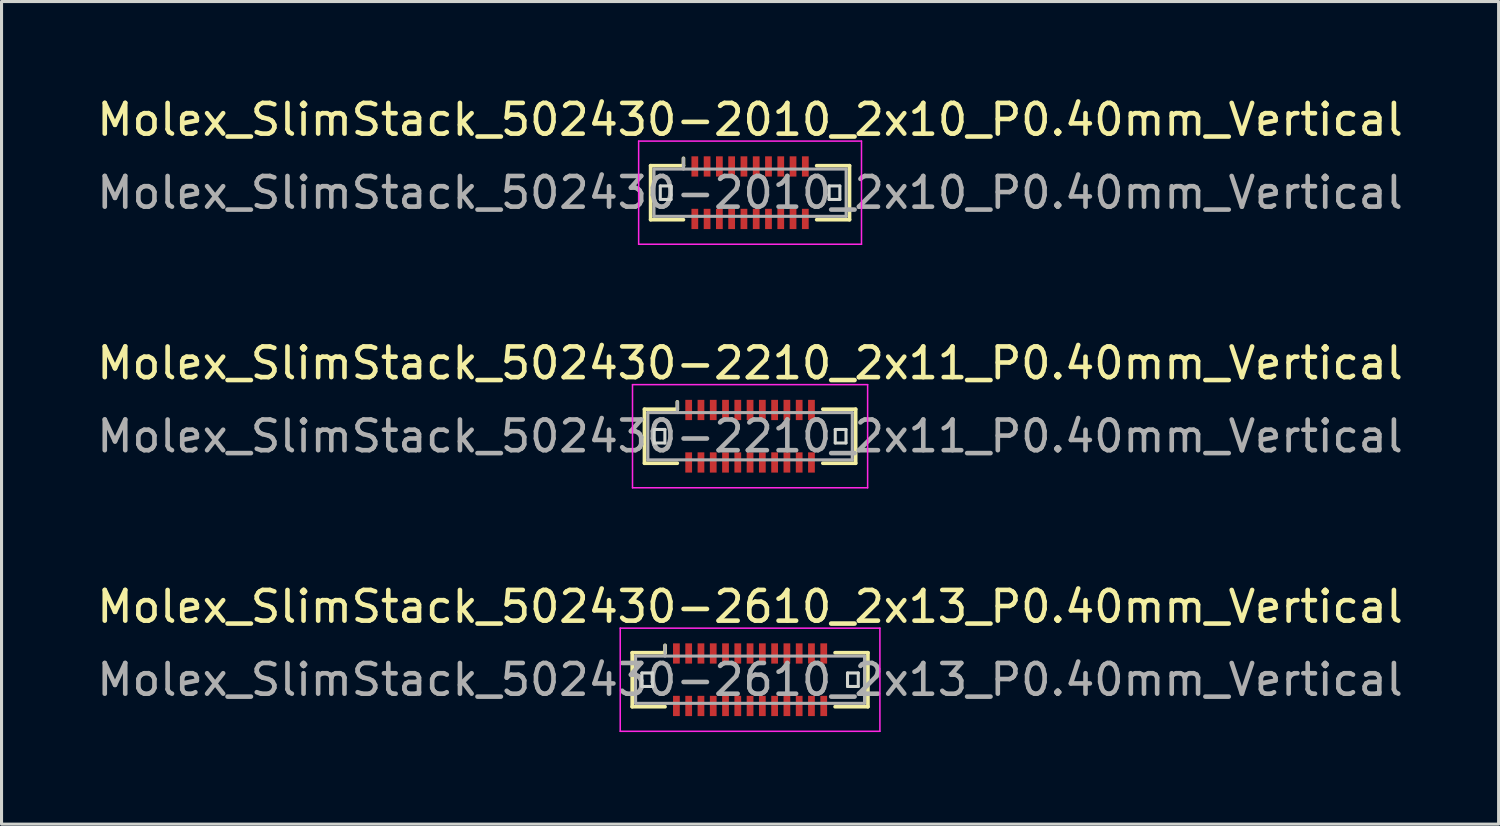
<source format=kicad_pcb>
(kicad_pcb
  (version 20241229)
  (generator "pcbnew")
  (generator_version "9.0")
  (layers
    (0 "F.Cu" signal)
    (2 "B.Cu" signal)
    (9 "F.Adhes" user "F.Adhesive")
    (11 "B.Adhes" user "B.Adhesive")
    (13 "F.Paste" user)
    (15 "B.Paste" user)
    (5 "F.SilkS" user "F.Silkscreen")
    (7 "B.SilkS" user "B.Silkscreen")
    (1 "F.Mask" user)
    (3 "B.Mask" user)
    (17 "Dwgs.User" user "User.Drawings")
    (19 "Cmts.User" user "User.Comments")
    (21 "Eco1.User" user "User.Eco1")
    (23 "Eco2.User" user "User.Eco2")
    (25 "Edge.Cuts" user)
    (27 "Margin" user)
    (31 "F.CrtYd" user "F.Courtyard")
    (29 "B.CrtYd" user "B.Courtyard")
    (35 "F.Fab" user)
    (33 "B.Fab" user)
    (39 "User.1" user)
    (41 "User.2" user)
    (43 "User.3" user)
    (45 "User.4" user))
  (footprint "Molex_SlimStack_502430-2610_2x13_P0.40mm_Vertical"
    (layer "F.Cu")
    (at 21.387 19.095)
    (property "Reference" "Molex_SlimStack_502430-2610_2x13_P0.40mm_Vertical" (at 0 -2.38 0) (layer "F.SilkS") (effects (font (size 1 1) (thickness 0.15))))
    (attr smd)
    (fp_line (start -3.84 -0.88) (end -2.77 -0.88) (stroke (width 0.12) (type solid)) (layer "F.SilkS"))
    (fp_line (start -3.84 0.88) (end -3.84 -0.88) (stroke (width 0.12) (type solid)) (layer "F.SilkS"))
    (fp_line (start -2.77 -0.88) (end -2.77 -1.12) (stroke (width 0.12) (type solid)) (layer "F.SilkS"))
    (fp_line (start -2.77 0.88) (end -3.84 0.88) (stroke (width 0.12) (type solid)) (layer "F.SilkS"))
    (fp_line (start 2.77 0.88) (end 3.84 0.88) (stroke (width 0.12) (type solid)) (layer "F.SilkS"))
    (fp_line (start 3.84 -0.88) (end 2.77 -0.88) (stroke (width 0.12) (type solid)) (layer "F.SilkS"))
    (fp_line (start 3.84 0.88) (end 3.84 -0.88) (stroke (width 0.12) (type solid)) (layer "F.SilkS"))
    (fp_line (start -3.525 -0.22) (end -3.525 0.22) (stroke (width 0.1) (type solid)) (layer "Edge.Cuts"))
    (fp_line (start -3.525 0.22) (end -3.175 0.22) (stroke (width 0.1) (type solid)) (layer "Edge.Cuts"))
    (fp_line (start -3.175 -0.22) (end -3.525 -0.22) (stroke (width 0.1) (type solid)) (layer "Edge.Cuts"))
    (fp_line (start -3.175 0.22) (end -3.175 -0.22) (stroke (width 0.1) (type solid)) (layer "Edge.Cuts"))
    (fp_line (start 3.175 -0.22) (end 3.175 0.22) (stroke (width 0.1) (type solid)) (layer "Edge.Cuts"))
    (fp_line (start 3.175 0.22) (end 3.525 0.22) (stroke (width 0.1) (type solid)) (layer "Edge.Cuts"))
    (fp_line (start 3.525 -0.22) (end 3.175 -0.22) (stroke (width 0.1) (type solid)) (layer "Edge.Cuts"))
    (fp_line (start 3.525 0.22) (end 3.525 -0.22) (stroke (width 0.1) (type solid)) (layer "Edge.Cuts"))
    (fp_line (start -4.23 -1.68) (end -4.23 1.68) (stroke (width 0.05) (type solid)) (layer "F.CrtYd"))
    (fp_line (start -4.23 1.68) (end 4.23 1.68) (stroke (width 0.05) (type solid)) (layer "F.CrtYd"))
    (fp_line (start 4.23 -1.68) (end -4.23 -1.68) (stroke (width 0.05) (type solid)) (layer "F.CrtYd"))
    (fp_line (start 4.23 1.68) (end 4.23 -1.68) (stroke (width 0.05) (type solid)) (layer "F.CrtYd"))
    (fp_line (start -3.73 -0.77) (end -3.73 0.77) (stroke (width 0.1) (type solid)) (layer "F.Fab"))
    (fp_line (start -3.73 0.77) (end 3.73 0.77) (stroke (width 0.1) (type solid)) (layer "F.Fab"))
    (fp_line (start -2.77 -0.77) (end -2.77 -1.12) (stroke (width 0.1) (type solid)) (layer "F.Fab"))
    (fp_line (start 3.73 -0.77) (end -3.73 -0.77) (stroke (width 0.1) (type solid)) (layer "F.Fab"))
    (fp_line (start 3.73 0.77) (end 3.73 -0.77) (stroke (width 0.1) (type solid)) (layer "F.Fab"))
    (fp_text user "${REFERENCE}" (at 0 0 0) (layer "F.Fab") (effects (font (size 1 1) (thickness 0.15))))
    (pad "1" smd rect (at -2.4 -0.855) (size 0.22 0.66) (layers "F.Cu" "F.Mask" "F.Paste"))
    (pad "2" smd rect (at -2.4 0.855) (size 0.22 0.66) (layers "F.Cu" "F.Mask" "F.Paste"))
    (pad "3" smd rect (at -2 -0.855) (size 0.22 0.66) (layers "F.Cu" "F.Mask" "F.Paste"))
    (pad "4" smd rect (at -2 0.855) (size 0.22 0.66) (layers "F.Cu" "F.Mask" "F.Paste"))
    (pad "5" smd rect (at -1.6 -0.855) (size 0.22 0.66) (layers "F.Cu" "F.Mask" "F.Paste"))
    (pad "6" smd rect (at -1.6 0.855) (size 0.22 0.66) (layers "F.Cu" "F.Mask" "F.Paste"))
    (pad "7" smd rect (at -1.2 -0.855) (size 0.22 0.66) (layers "F.Cu" "F.Mask" "F.Paste"))
    (pad "8" smd rect (at -1.2 0.855) (size 0.22 0.66) (layers "F.Cu" "F.Mask" "F.Paste"))
    (pad "9" smd rect (at -0.8 -0.855) (size 0.22 0.66) (layers "F.Cu" "F.Mask" "F.Paste"))
    (pad "10" smd rect (at -0.8 0.855) (size 0.22 0.66) (layers "F.Cu" "F.Mask" "F.Paste"))
    (pad "11" smd rect (at -0.4 -0.855) (size 0.22 0.66) (layers "F.Cu" "F.Mask" "F.Paste"))
    (pad "12" smd rect (at -0.4 0.855) (size 0.22 0.66) (layers "F.Cu" "F.Mask" "F.Paste"))
    (pad "13" smd rect (at 0 -0.855) (size 0.22 0.66) (layers "F.Cu" "F.Mask" "F.Paste"))
    (pad "14" smd rect (at 0 0.855) (size 0.22 0.66) (layers "F.Cu" "F.Mask" "F.Paste"))
    (pad "15" smd rect (at 0.4 -0.855) (size 0.22 0.66) (layers "F.Cu" "F.Mask" "F.Paste"))
    (pad "16" smd rect (at 0.4 0.855) (size 0.22 0.66) (layers "F.Cu" "F.Mask" "F.Paste"))
    (pad "17" smd rect (at 0.8 -0.855) (size 0.22 0.66) (layers "F.Cu" "F.Mask" "F.Paste"))
    (pad "18" smd rect (at 0.8 0.855) (size 0.22 0.66) (layers "F.Cu" "F.Mask" "F.Paste"))
    (pad "19" smd rect (at 1.2 -0.855) (size 0.22 0.66) (layers "F.Cu" "F.Mask" "F.Paste"))
    (pad "20" smd rect (at 1.2 0.855) (size 0.22 0.66) (layers "F.Cu" "F.Mask" "F.Paste"))
    (pad "21" smd rect (at 1.6 -0.855) (size 0.22 0.66) (layers "F.Cu" "F.Mask" "F.Paste"))
    (pad "22" smd rect (at 1.6 0.855) (size 0.22 0.66) (layers "F.Cu" "F.Mask" "F.Paste"))
    (pad "23" smd rect (at 2 -0.855) (size 0.22 0.66) (layers "F.Cu" "F.Mask" "F.Paste"))
    (pad "24" smd rect (at 2 0.855) (size 0.22 0.66) (layers "F.Cu" "F.Mask" "F.Paste"))
    (pad "25" smd rect (at 2.4 -0.855) (size 0.22 0.66) (layers "F.Cu" "F.Mask" "F.Paste"))
    (pad "26" smd rect (at 2.4 0.855) (size 0.22 0.66) (layers "F.Cu" "F.Mask" "F.Paste")))
  (footprint "Molex_SlimStack_502430-2010_2x10_P0.40mm_Vertical"
    (layer "F.Cu")
    (at 21.387 3.228)
    (property "Reference" "Molex_SlimStack_502430-2010_2x10_P0.40mm_Vertical" (at 0 -2.38 0) (layer "F.SilkS") (effects (font (size 1 1) (thickness 0.15))))
    (attr smd)
    (fp_line (start -3.24 -0.88) (end -2.17 -0.88) (stroke (width 0.12) (type solid)) (layer "F.SilkS"))
    (fp_line (start -3.24 0.88) (end -3.24 -0.88) (stroke (width 0.12) (type solid)) (layer "F.SilkS"))
    (fp_line (start -2.17 -0.88) (end -2.17 -1.12) (stroke (width 0.12) (type solid)) (layer "F.SilkS"))
    (fp_line (start -2.17 0.88) (end -3.24 0.88) (stroke (width 0.12) (type solid)) (layer "F.SilkS"))
    (fp_line (start 2.17 0.88) (end 3.24 0.88) (stroke (width 0.12) (type solid)) (layer "F.SilkS"))
    (fp_line (start 3.24 -0.88) (end 2.17 -0.88) (stroke (width 0.12) (type solid)) (layer "F.SilkS"))
    (fp_line (start 3.24 0.88) (end 3.24 -0.88) (stroke (width 0.12) (type solid)) (layer "F.SilkS"))
    (fp_line (start -2.925 -0.22) (end -2.925 0.22) (stroke (width 0.1) (type solid)) (layer "Edge.Cuts"))
    (fp_line (start -2.925 0.22) (end -2.575 0.22) (stroke (width 0.1) (type solid)) (layer "Edge.Cuts"))
    (fp_line (start -2.575 -0.22) (end -2.925 -0.22) (stroke (width 0.1) (type solid)) (layer "Edge.Cuts"))
    (fp_line (start -2.575 0.22) (end -2.575 -0.22) (stroke (width 0.1) (type solid)) (layer "Edge.Cuts"))
    (fp_line (start 2.575 -0.22) (end 2.575 0.22) (stroke (width 0.1) (type solid)) (layer "Edge.Cuts"))
    (fp_line (start 2.575 0.22) (end 2.925 0.22) (stroke (width 0.1) (type solid)) (layer "Edge.Cuts"))
    (fp_line (start 2.925 -0.22) (end 2.575 -0.22) (stroke (width 0.1) (type solid)) (layer "Edge.Cuts"))
    (fp_line (start 2.925 0.22) (end 2.925 -0.22) (stroke (width 0.1) (type solid)) (layer "Edge.Cuts"))
    (fp_line (start -3.63 -1.68) (end -3.63 1.68) (stroke (width 0.05) (type solid)) (layer "F.CrtYd"))
    (fp_line (start -3.63 1.68) (end 3.63 1.68) (stroke (width 0.05) (type solid)) (layer "F.CrtYd"))
    (fp_line (start 3.63 -1.68) (end -3.63 -1.68) (stroke (width 0.05) (type solid)) (layer "F.CrtYd"))
    (fp_line (start 3.63 1.68) (end 3.63 -1.68) (stroke (width 0.05) (type solid)) (layer "F.CrtYd"))
    (fp_line (start -3.13 -0.77) (end -3.13 0.77) (stroke (width 0.1) (type solid)) (layer "F.Fab"))
    (fp_line (start -3.13 0.77) (end 3.13 0.77) (stroke (width 0.1) (type solid)) (layer "F.Fab"))
    (fp_line (start -2.17 -0.77) (end -2.17 -1.12) (stroke (width 0.1) (type solid)) (layer "F.Fab"))
    (fp_line (start 3.13 -0.77) (end -3.13 -0.77) (stroke (width 0.1) (type solid)) (layer "F.Fab"))
    (fp_line (start 3.13 0.77) (end 3.13 -0.77) (stroke (width 0.1) (type solid)) (layer "F.Fab"))
    (fp_text user "${REFERENCE}" (at 0 0 0) (layer "F.Fab") (effects (font (size 1 1) (thickness 0.15))))
    (pad "1" smd rect (at -1.8 -0.855) (size 0.22 0.66) (layers "F.Cu" "F.Mask" "F.Paste"))
    (pad "2" smd rect (at -1.8 0.855) (size 0.22 0.66) (layers "F.Cu" "F.Mask" "F.Paste"))
    (pad "3" smd rect (at -1.4 -0.855) (size 0.22 0.66) (layers "F.Cu" "F.Mask" "F.Paste"))
    (pad "4" smd rect (at -1.4 0.855) (size 0.22 0.66) (layers "F.Cu" "F.Mask" "F.Paste"))
    (pad "5" smd rect (at -1 -0.855) (size 0.22 0.66) (layers "F.Cu" "F.Mask" "F.Paste"))
    (pad "6" smd rect (at -1 0.855) (size 0.22 0.66) (layers "F.Cu" "F.Mask" "F.Paste"))
    (pad "7" smd rect (at -0.6 -0.855) (size 0.22 0.66) (layers "F.Cu" "F.Mask" "F.Paste"))
    (pad "8" smd rect (at -0.6 0.855) (size 0.22 0.66) (layers "F.Cu" "F.Mask" "F.Paste"))
    (pad "9" smd rect (at -0.2 -0.855) (size 0.22 0.66) (layers "F.Cu" "F.Mask" "F.Paste"))
    (pad "10" smd rect (at -0.2 0.855) (size 0.22 0.66) (layers "F.Cu" "F.Mask" "F.Paste"))
    (pad "11" smd rect (at 0.2 -0.855) (size 0.22 0.66) (layers "F.Cu" "F.Mask" "F.Paste"))
    (pad "12" smd rect (at 0.2 0.855) (size 0.22 0.66) (layers "F.Cu" "F.Mask" "F.Paste"))
    (pad "13" smd rect (at 0.6 -0.855) (size 0.22 0.66) (layers "F.Cu" "F.Mask" "F.Paste"))
    (pad "14" smd rect (at 0.6 0.855) (size 0.22 0.66) (layers "F.Cu" "F.Mask" "F.Paste"))
    (pad "15" smd rect (at 1 -0.855) (size 0.22 0.66) (layers "F.Cu" "F.Mask" "F.Paste"))
    (pad "16" smd rect (at 1 0.855) (size 0.22 0.66) (layers "F.Cu" "F.Mask" "F.Paste"))
    (pad "17" smd rect (at 1.4 -0.855) (size 0.22 0.66) (layers "F.Cu" "F.Mask" "F.Paste"))
    (pad "18" smd rect (at 1.4 0.855) (size 0.22 0.66) (layers "F.Cu" "F.Mask" "F.Paste"))
    (pad "19" smd rect (at 1.8 -0.855) (size 0.22 0.66) (layers "F.Cu" "F.Mask" "F.Paste"))
    (pad "20" smd rect (at 1.8 0.855) (size 0.22 0.66) (layers "F.Cu" "F.Mask" "F.Paste")))
  (footprint "Molex_SlimStack_502430-2210_2x11_P0.40mm_Vertical"
    (layer "F.Cu")
    (at 21.387 11.162)
    (property "Reference" "Molex_SlimStack_502430-2210_2x11_P0.40mm_Vertical" (at 0 -2.38 0) (layer "F.SilkS") (effects (font (size 1 1) (thickness 0.15))))
    (attr smd)
    (fp_line (start -3.44 -0.88) (end -2.37 -0.88) (stroke (width 0.12) (type solid)) (layer "F.SilkS"))
    (fp_line (start -3.44 0.88) (end -3.44 -0.88) (stroke (width 0.12) (type solid)) (layer "F.SilkS"))
    (fp_line (start -2.37 -0.88) (end -2.37 -1.12) (stroke (width 0.12) (type solid)) (layer "F.SilkS"))
    (fp_line (start -2.37 0.88) (end -3.44 0.88) (stroke (width 0.12) (type solid)) (layer "F.SilkS"))
    (fp_line (start 2.37 0.88) (end 3.44 0.88) (stroke (width 0.12) (type solid)) (layer "F.SilkS"))
    (fp_line (start 3.44 -0.88) (end 2.37 -0.88) (stroke (width 0.12) (type solid)) (layer "F.SilkS"))
    (fp_line (start 3.44 0.88) (end 3.44 -0.88) (stroke (width 0.12) (type solid)) (layer "F.SilkS"))
    (fp_line (start -3.125 -0.22) (end -3.125 0.22) (stroke (width 0.1) (type solid)) (layer "Edge.Cuts"))
    (fp_line (start -3.125 0.22) (end -2.775 0.22) (stroke (width 0.1) (type solid)) (layer "Edge.Cuts"))
    (fp_line (start -2.775 -0.22) (end -3.125 -0.22) (stroke (width 0.1) (type solid)) (layer "Edge.Cuts"))
    (fp_line (start -2.775 0.22) (end -2.775 -0.22) (stroke (width 0.1) (type solid)) (layer "Edge.Cuts"))
    (fp_line (start 2.775 -0.22) (end 2.775 0.22) (stroke (width 0.1) (type solid)) (layer "Edge.Cuts"))
    (fp_line (start 2.775 0.22) (end 3.125 0.22) (stroke (width 0.1) (type solid)) (layer "Edge.Cuts"))
    (fp_line (start 3.125 -0.22) (end 2.775 -0.22) (stroke (width 0.1) (type solid)) (layer "Edge.Cuts"))
    (fp_line (start 3.125 0.22) (end 3.125 -0.22) (stroke (width 0.1) (type solid)) (layer "Edge.Cuts"))
    (fp_line (start -3.83 -1.68) (end -3.83 1.68) (stroke (width 0.05) (type solid)) (layer "F.CrtYd"))
    (fp_line (start -3.83 1.68) (end 3.83 1.68) (stroke (width 0.05) (type solid)) (layer "F.CrtYd"))
    (fp_line (start 3.83 -1.68) (end -3.83 -1.68) (stroke (width 0.05) (type solid)) (layer "F.CrtYd"))
    (fp_line (start 3.83 1.68) (end 3.83 -1.68) (stroke (width 0.05) (type solid)) (layer "F.CrtYd"))
    (fp_line (start -3.33 -0.77) (end -3.33 0.77) (stroke (width 0.1) (type solid)) (layer "F.Fab"))
    (fp_line (start -3.33 0.77) (end 3.33 0.77) (stroke (width 0.1) (type solid)) (layer "F.Fab"))
    (fp_line (start -2.37 -0.77) (end -2.37 -1.12) (stroke (width 0.1) (type solid)) (layer "F.Fab"))
    (fp_line (start 3.33 -0.77) (end -3.33 -0.77) (stroke (width 0.1) (type solid)) (layer "F.Fab"))
    (fp_line (start 3.33 0.77) (end 3.33 -0.77) (stroke (width 0.1) (type solid)) (layer "F.Fab"))
    (fp_text user "${REFERENCE}" (at 0 0 0) (layer "F.Fab") (effects (font (size 1 1) (thickness 0.15))))
    (pad "1" smd rect (at -2 -0.855) (size 0.22 0.66) (layers "F.Cu" "F.Mask" "F.Paste"))
    (pad "2" smd rect (at -2 0.855) (size 0.22 0.66) (layers "F.Cu" "F.Mask" "F.Paste"))
    (pad "3" smd rect (at -1.6 -0.855) (size 0.22 0.66) (layers "F.Cu" "F.Mask" "F.Paste"))
    (pad "4" smd rect (at -1.6 0.855) (size 0.22 0.66) (layers "F.Cu" "F.Mask" "F.Paste"))
    (pad "5" smd rect (at -1.2 -0.855) (size 0.22 0.66) (layers "F.Cu" "F.Mask" "F.Paste"))
    (pad "6" smd rect (at -1.2 0.855) (size 0.22 0.66) (layers "F.Cu" "F.Mask" "F.Paste"))
    (pad "7" smd rect (at -0.8 -0.855) (size 0.22 0.66) (layers "F.Cu" "F.Mask" "F.Paste"))
    (pad "8" smd rect (at -0.8 0.855) (size 0.22 0.66) (layers "F.Cu" "F.Mask" "F.Paste"))
    (pad "9" smd rect (at -0.4 -0.855) (size 0.22 0.66) (layers "F.Cu" "F.Mask" "F.Paste"))
    (pad "10" smd rect (at -0.4 0.855) (size 0.22 0.66) (layers "F.Cu" "F.Mask" "F.Paste"))
    (pad "11" smd rect (at 0 -0.855) (size 0.22 0.66) (layers "F.Cu" "F.Mask" "F.Paste"))
    (pad "12" smd rect (at 0 0.855) (size 0.22 0.66) (layers "F.Cu" "F.Mask" "F.Paste"))
    (pad "13" smd rect (at 0.4 -0.855) (size 0.22 0.66) (layers "F.Cu" "F.Mask" "F.Paste"))
    (pad "14" smd rect (at 0.4 0.855) (size 0.22 0.66) (layers "F.Cu" "F.Mask" "F.Paste"))
    (pad "15" smd rect (at 0.8 -0.855) (size 0.22 0.66) (layers "F.Cu" "F.Mask" "F.Paste"))
    (pad "16" smd rect (at 0.8 0.855) (size 0.22 0.66) (layers "F.Cu" "F.Mask" "F.Paste"))
    (pad "17" smd rect (at 1.2 -0.855) (size 0.22 0.66) (layers "F.Cu" "F.Mask" "F.Paste"))
    (pad "18" smd rect (at 1.2 0.855) (size 0.22 0.66) (layers "F.Cu" "F.Mask" "F.Paste"))
    (pad "19" smd rect (at 1.6 -0.855) (size 0.22 0.66) (layers "F.Cu" "F.Mask" "F.Paste"))
    (pad "20" smd rect (at 1.6 0.855) (size 0.22 0.66) (layers "F.Cu" "F.Mask" "F.Paste"))
    (pad "21" smd rect (at 2 -0.855) (size 0.22 0.66) (layers "F.Cu" "F.Mask" "F.Paste"))
    (pad "22" smd rect (at 2 0.855) (size 0.22 0.66) (layers "F.Cu" "F.Mask" "F.Paste")))
  (gr_rect
    (start -3 -3)
    (end 45.774 23.8)
    (stroke (width 0.1) (type default))
    (fill no)
    (layer "Edge.Cuts")))
</source>
